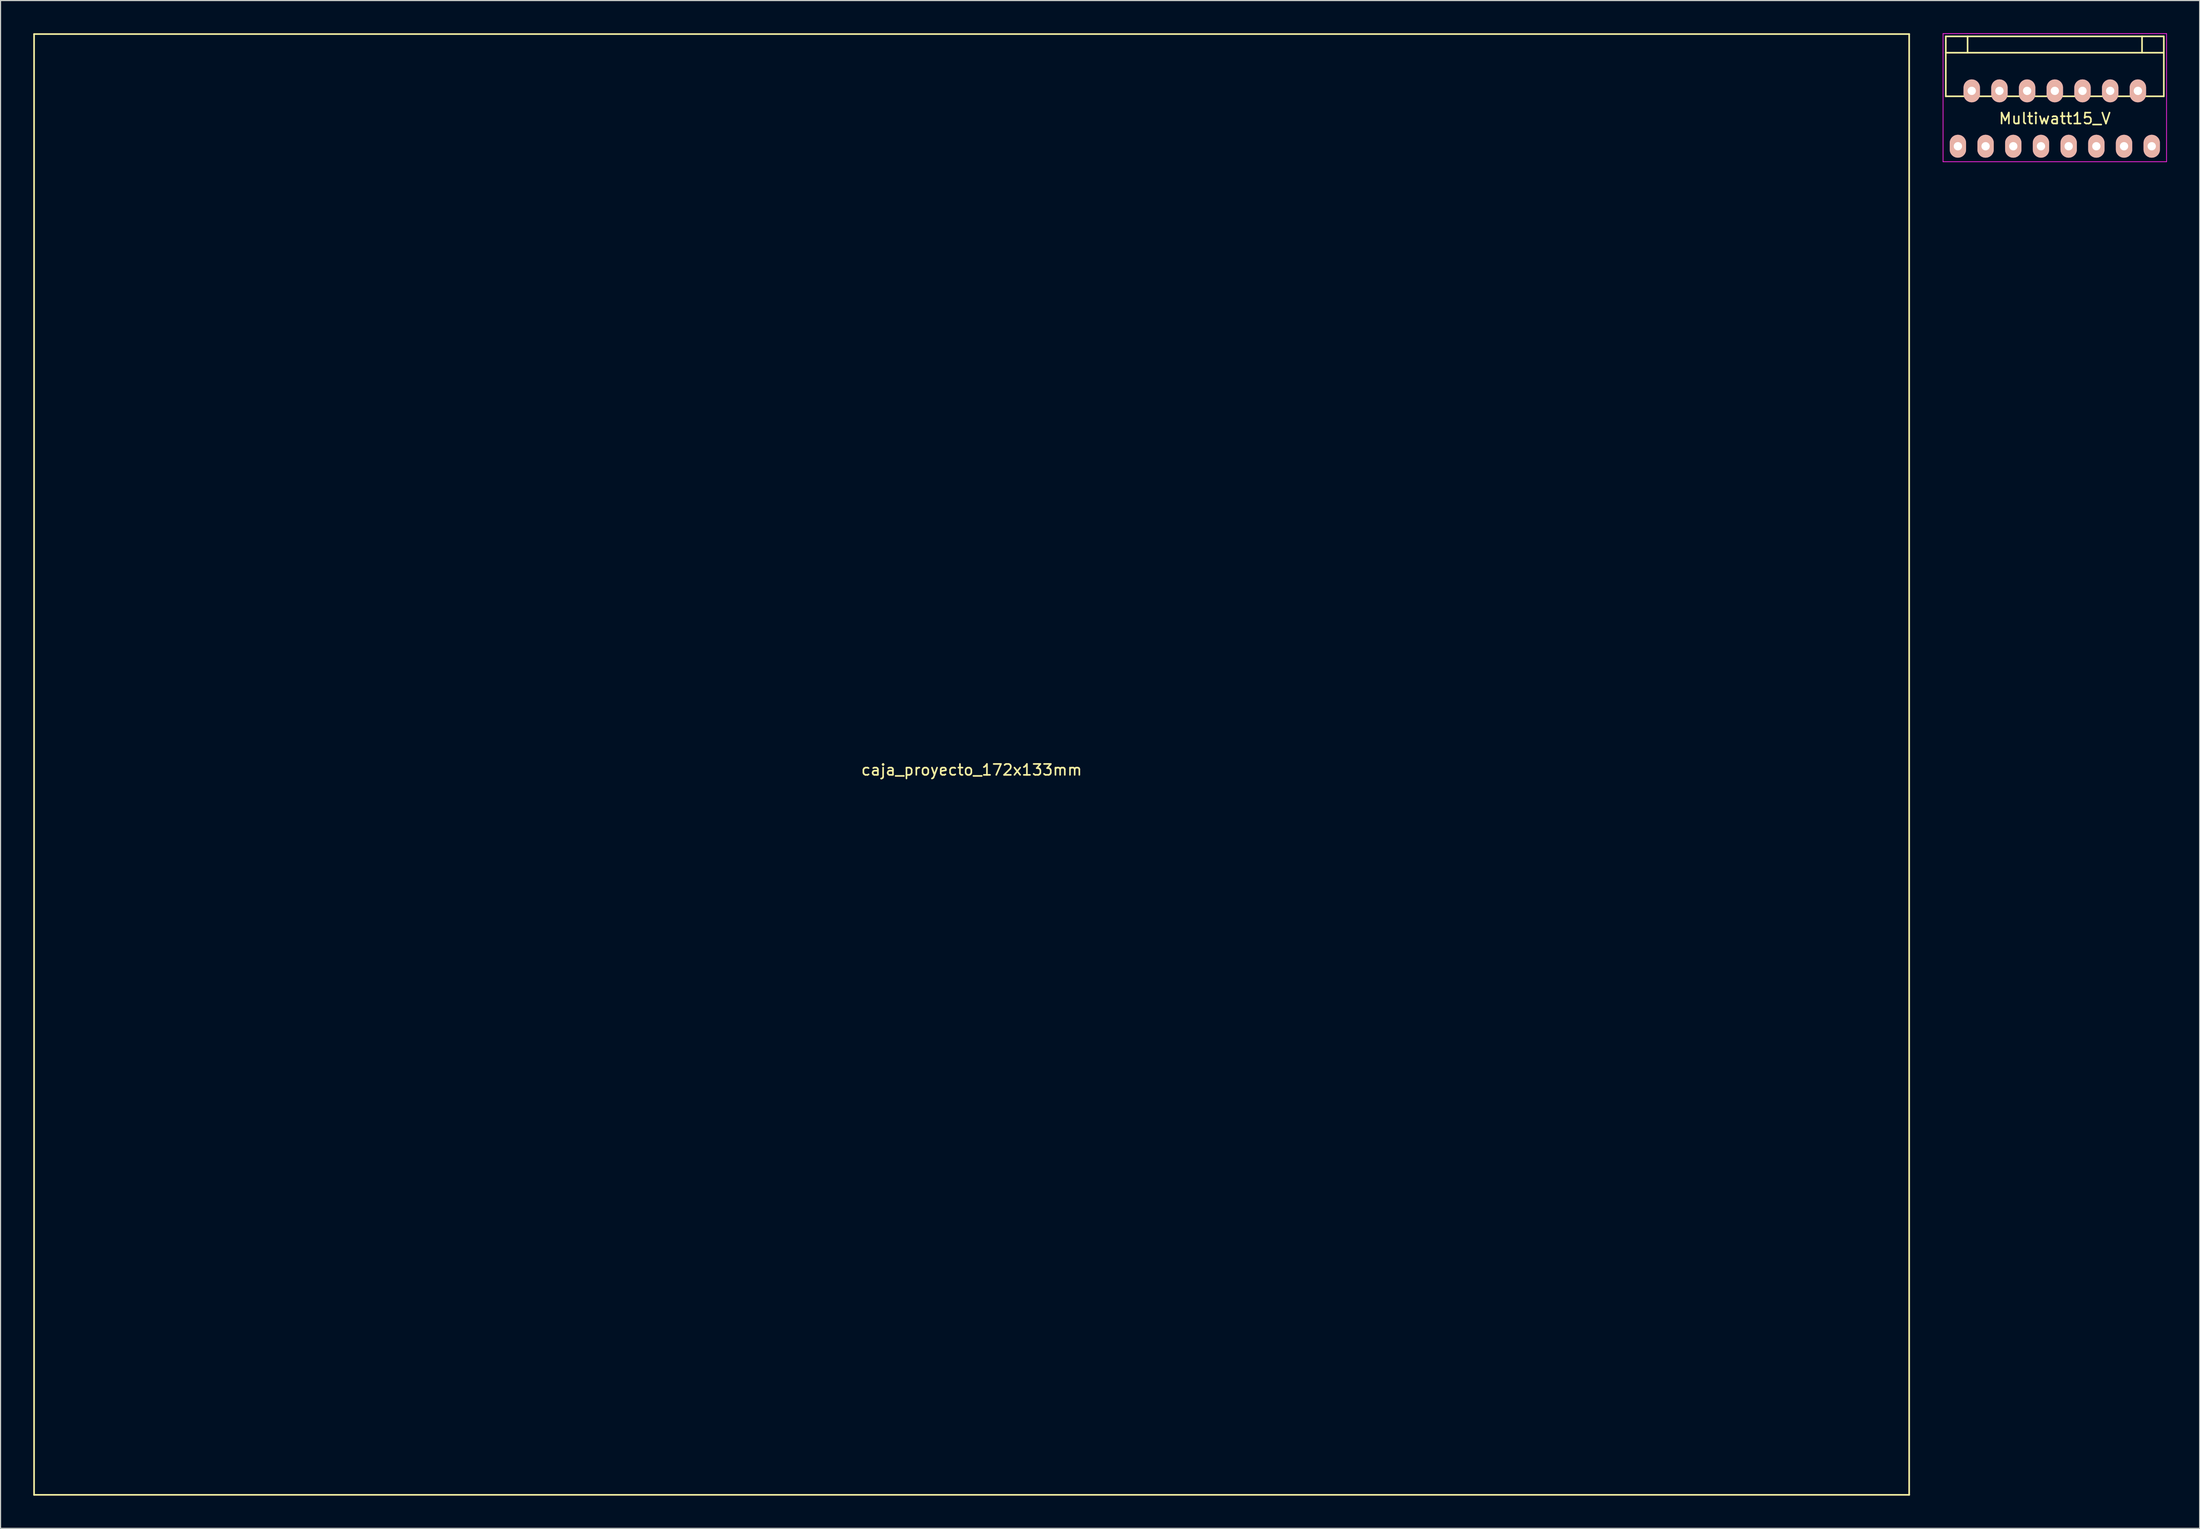
<source format=kicad_pcb>
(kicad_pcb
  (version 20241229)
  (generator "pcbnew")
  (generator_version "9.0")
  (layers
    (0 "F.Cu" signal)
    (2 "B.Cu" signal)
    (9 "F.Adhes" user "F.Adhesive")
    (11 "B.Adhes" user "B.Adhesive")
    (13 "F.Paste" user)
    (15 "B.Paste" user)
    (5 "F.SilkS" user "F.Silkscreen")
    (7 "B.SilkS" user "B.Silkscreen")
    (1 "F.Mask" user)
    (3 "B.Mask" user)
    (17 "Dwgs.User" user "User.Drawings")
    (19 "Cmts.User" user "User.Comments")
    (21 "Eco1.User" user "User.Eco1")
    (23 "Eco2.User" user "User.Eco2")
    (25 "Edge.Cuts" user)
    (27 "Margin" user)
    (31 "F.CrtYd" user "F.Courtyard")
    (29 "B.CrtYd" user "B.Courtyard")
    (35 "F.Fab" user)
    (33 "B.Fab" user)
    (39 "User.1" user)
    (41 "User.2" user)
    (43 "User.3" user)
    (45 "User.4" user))
  (footprint "caja_proyecto_172x133mm"
    (layer "F.Cu")
    (at 86.075 67.075)
    (property "Reference" "caja_proyecto_172x133mm" (at 0 0.5 0) (layer "F.SilkS") (effects (font (size 1 1) (thickness 0.15))))
    (attr through_hole)
    (fp_line (start -86 -67) (end 86 -67) (stroke (width 0.15) (type solid)) (layer "F.SilkS"))
    (fp_line (start -86 67) (end -86 -67) (stroke (width 0.15) (type solid)) (layer "F.SilkS"))
    (fp_line (start 86 -67) (end 86 67) (stroke (width 0.15) (type solid)) (layer "F.SilkS"))
    (fp_line (start 86 67) (end -86 67) (stroke (width 0.15) (type solid)) (layer "F.SilkS")))
  (footprint "Multiwatt15_V"
    (layer "F.Cu")
    (at 185.435 5.285)
    (property "Reference" "Multiwatt15_V" (at 0 2.54 0) (layer "F.SilkS") (effects (font (size 1 1) (thickness 0.15))))
    (attr through_hole)
    (fp_line (start -10 -5) (end 10 -5) (stroke (width 0.15) (type solid)) (layer "F.SilkS"))
    (fp_line (start -10 -3.5) (end 10 -3.5) (stroke (width 0.15) (type solid)) (layer "F.SilkS"))
    (fp_line (start -10 0.5) (end -10 -5) (stroke (width 0.15) (type solid)) (layer "F.SilkS"))
    (fp_line (start -8 -3.5) (end -8 -5) (stroke (width 0.15) (type solid)) (layer "F.SilkS"))
    (fp_line (start 8 -3.5) (end 8 -5) (stroke (width 0.15) (type solid)) (layer "F.SilkS"))
    (fp_line (start 10 -5) (end 10 0.5) (stroke (width 0.15) (type solid)) (layer "F.SilkS"))
    (fp_line (start 10 0.5) (end -10 0.5) (stroke (width 0.15) (type solid)) (layer "F.SilkS"))
    (fp_line (start -10.25 -5.25) (end -10.25 6.5) (stroke (width 0.07) (type solid)) (layer "F.CrtYd"))
    (fp_line (start -10.25 6.5) (end 10.25 6.5) (stroke (width 0.07) (type solid)) (layer "F.CrtYd"))
    (fp_line (start 10.25 -5.25) (end -10.25 -5.25) (stroke (width 0.07) (type solid)) (layer "F.CrtYd"))
    (fp_line (start 10.25 6.5) (end 10.25 -5.25) (stroke (width 0.07) (type solid)) (layer "F.CrtYd"))
    (pad "1" thru_hole oval (at -8.89 5.08) (size 1.5 2.1) (drill 0.762) (layers "*.Cu" "*.Mask" "B.SilkS"))
    (pad "2" thru_hole oval (at -7.62 0) (size 1.5 2.1) (drill 0.762) (layers "*.Cu" "*.Mask" "B.SilkS"))
    (pad "3" thru_hole oval (at -6.35 5.08) (size 1.5 2.1) (drill 0.762) (layers "*.Cu" "*.Mask" "B.SilkS"))
    (pad "4" thru_hole oval (at -5.08 0) (size 1.5 2.1) (drill 0.762) (layers "*.Cu" "*.Mask" "B.SilkS"))
    (pad "5" thru_hole oval (at -3.81 5.08) (size 1.5 2.1) (drill 0.762) (layers "*.Cu" "*.Mask" "B.SilkS"))
    (pad "6" thru_hole oval (at -2.54 0) (size 1.5 2.1) (drill 0.762) (layers "*.Cu" "*.Mask" "B.SilkS"))
    (pad "7" thru_hole oval (at -1.27 5.08) (size 1.5 2.1) (drill 0.762) (layers "*.Cu" "*.Mask" "B.SilkS"))
    (pad "8" thru_hole oval (at 0 0) (size 1.5 2.1) (drill 0.762) (layers "*.Cu" "*.Mask" "B.SilkS"))
    (pad "9" thru_hole oval (at 1.27 5.08) (size 1.5 2.1) (drill 0.762) (layers "*.Cu" "*.Mask" "B.SilkS"))
    (pad "10" thru_hole oval (at 2.54 0) (size 1.5 2.1) (drill 0.762) (layers "*.Cu" "*.Mask" "B.SilkS"))
    (pad "11" thru_hole oval (at 3.81 5.08) (size 1.5 2.1) (drill 0.762) (layers "*.Cu" "*.Mask" "B.SilkS"))
    (pad "12" thru_hole oval (at 5.08 0) (size 1.5 2.1) (drill 0.762) (layers "*.Cu" "*.Mask" "B.SilkS"))
    (pad "13" thru_hole oval (at 6.35 5.08) (size 1.5 2.1) (drill 0.762) (layers "*.Cu" "*.Mask" "B.SilkS"))
    (pad "14" thru_hole oval (at 7.62 0) (size 1.5 2.1) (drill 0.762) (layers "*.Cu" "*.Mask" "B.SilkS"))
    (pad "15" thru_hole oval (at 8.89 5.08) (size 1.5 2.1) (drill 0.762) (layers "*.Cu" "*.Mask" "B.SilkS")))
  (gr_rect
    (start -3 -3)
    (end 198.72 137.15)
    (stroke (width 0.1) (type default))
    (fill no)
    (layer "Edge.Cuts")))
</source>
